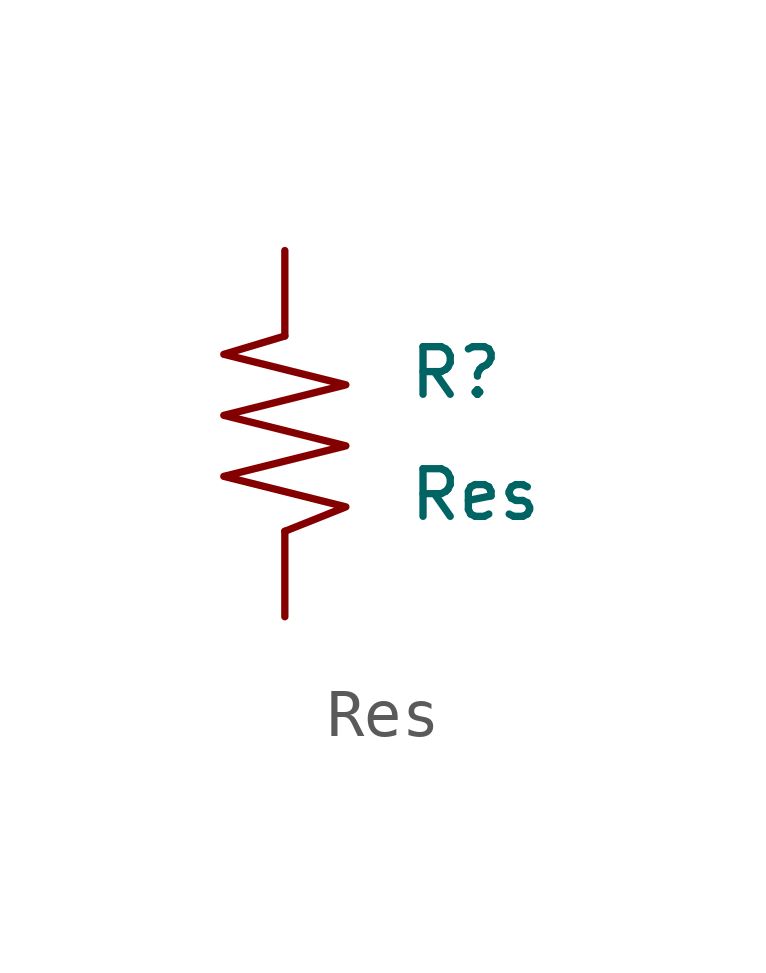
<source format=kicad_sym>
(kicad_symbol_lib
  (version 20220914)
  (generator kicad_symbol_editor)
  (symbol "Res"
    (pin_numbers hide)
    (pin_names hide)
    (property "Reference" "R"
      (at 2.54 1.27 0)
      (effects (font (size 0.991 0.991)) (justify left)))
    (property "Value" "Res"
      (at 2.54 -1.27 0)
      (effects (font (size 0.991 0.991)) (justify left)))
    (symbol "Res_0_1"
      (polyline (pts (xy 0 2.032) (xy -1.27 1.651) (xy 1.27 1.016) (xy -1.27 0.381) (xy 1.27 -0.254) (xy -1.27 -0.889) (xy 1.27 -1.524) (xy 0 -2.032)) (stroke (width 0) (type default)) (fill (type none))))
    (symbol "Res_1_1"
      (pin passive line (at 0 3.81 270) (length 1.778) (name "1" (effects (font (size 1.27 1.27)))) (number "1" (effects (font (size 1.27 1.27)))))
      (pin passive line (at 0 -3.81 90) (length 1.778) (name "2" (effects (font (size 1.27 1.27)))) (number "2" (effects (font (size 1.27 1.27))))))))
</source>
